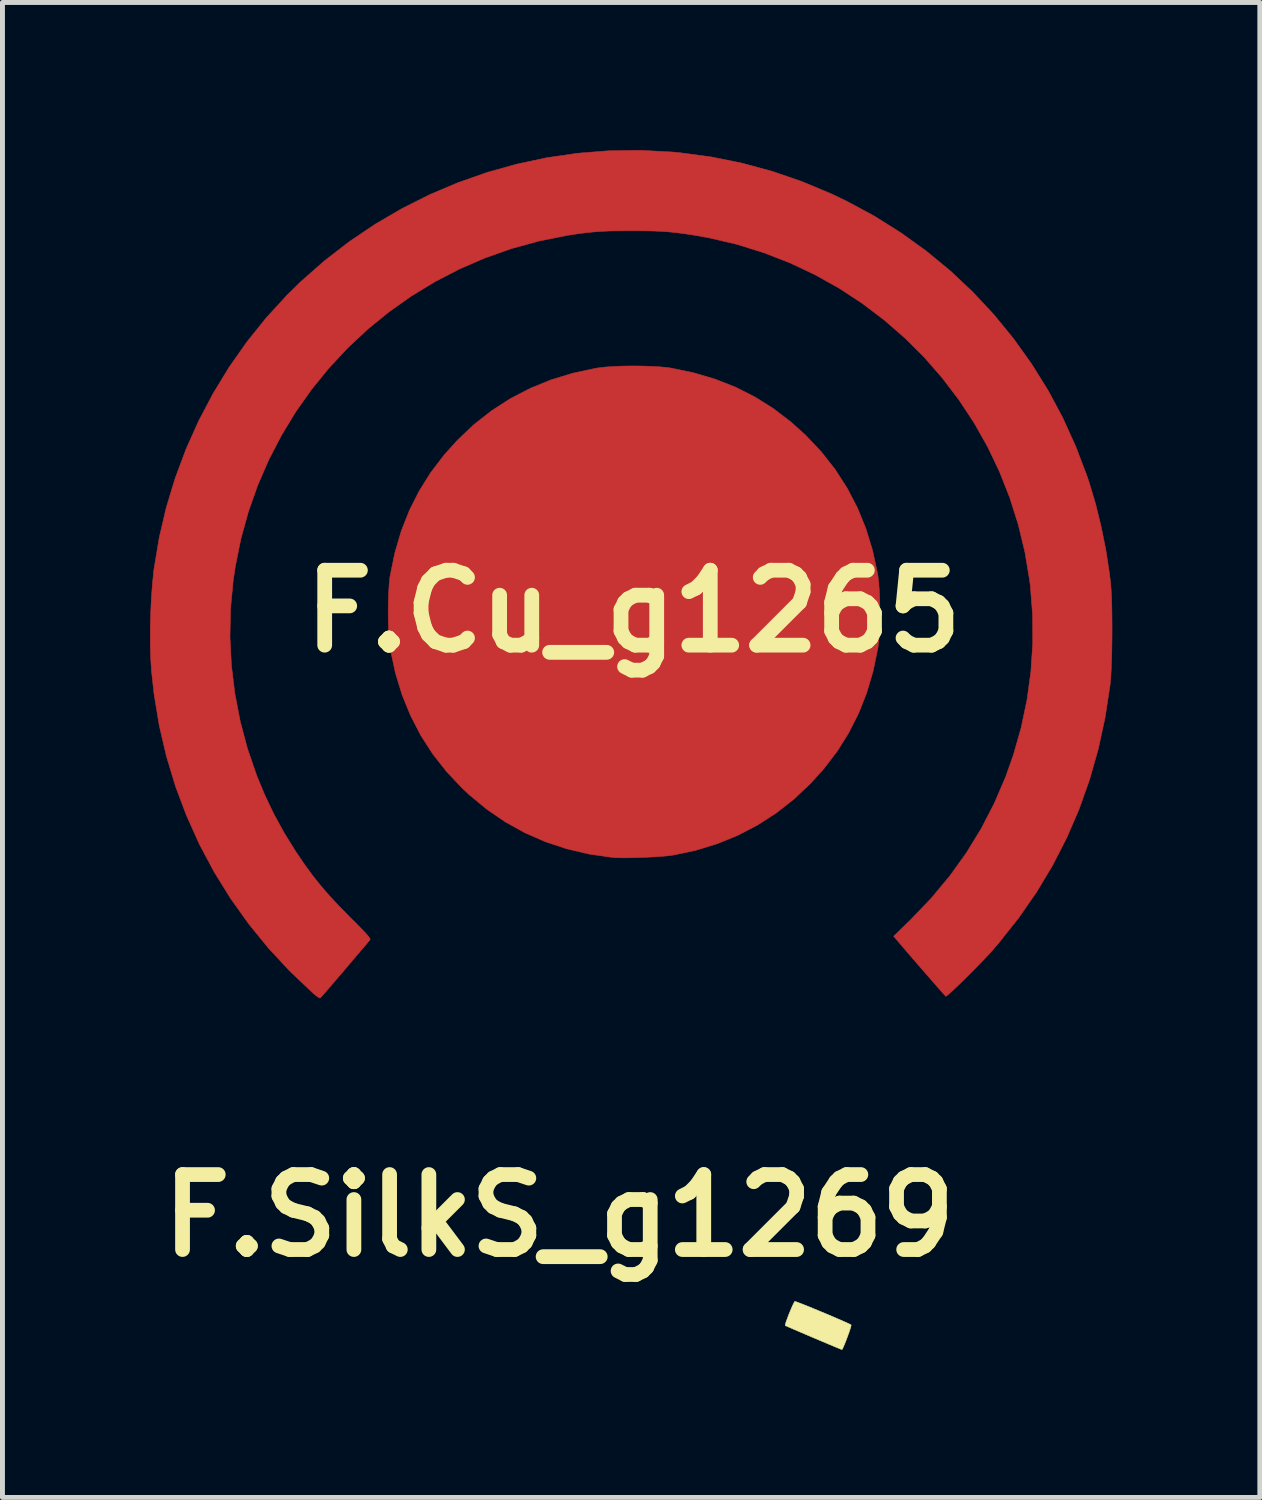
<source format=kicad_pcb>
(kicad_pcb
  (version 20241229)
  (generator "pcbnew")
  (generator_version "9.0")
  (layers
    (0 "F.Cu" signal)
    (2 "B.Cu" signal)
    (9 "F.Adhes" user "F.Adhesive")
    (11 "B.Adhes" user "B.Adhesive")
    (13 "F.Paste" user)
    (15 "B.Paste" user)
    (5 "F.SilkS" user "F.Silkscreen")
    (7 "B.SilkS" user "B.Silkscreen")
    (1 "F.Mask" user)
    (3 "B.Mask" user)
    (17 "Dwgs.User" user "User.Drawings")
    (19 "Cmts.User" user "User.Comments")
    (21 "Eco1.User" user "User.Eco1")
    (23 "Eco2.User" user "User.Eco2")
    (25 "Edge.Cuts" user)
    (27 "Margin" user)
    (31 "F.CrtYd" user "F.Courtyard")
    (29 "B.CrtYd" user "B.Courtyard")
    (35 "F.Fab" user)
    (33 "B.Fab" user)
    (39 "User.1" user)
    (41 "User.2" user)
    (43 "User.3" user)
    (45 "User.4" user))
  (footprint "F.Cu_g1265"
    (layer "F.Cu")
    (at 9.828 9.376)
    (property "Reference" "F.Cu_g1265" (at 0 0 0) (layer "F.SilkS") (effects (font (size 1.524 1.524) (thickness 0.3))))
    (attr through_hole)
    (fp_poly (pts (xy 0.178 -4.985) (xy 0.375 -4.979) (xy 0.554 -4.968) (xy 0.705 -4.953) (xy 0.751 -4.946) (xy 1.216 -4.85) (xy 1.656 -4.72) (xy 2.072 -4.557) (xy 2.467 -4.357) (xy 2.842 -4.122) (xy 3.199 -3.849) (xy 3.5 -3.578) (xy 3.818 -3.241) (xy 4.099 -2.883) (xy 4.344 -2.503) (xy 4.553 -2.101) (xy 4.725 -1.678) (xy 4.861 -1.233) (xy 4.961 -0.766) (xy 4.967 -0.73) (xy 4.984 -0.592) (xy 4.997 -0.423) (xy 5.005 -0.231) (xy 5.008 -0.028) (xy 5.006 0.177) (xy 5 0.374) (xy 4.989 0.553) (xy 4.974 0.704) (xy 4.967 0.751) (xy 4.871 1.216) (xy 4.741 1.656) (xy 4.577 2.073) (xy 4.377 2.468) (xy 4.142 2.844) (xy 3.869 3.201) (xy 3.599 3.5) (xy 3.262 3.818) (xy 2.903 4.1) (xy 2.522 4.345) (xy 2.121 4.555) (xy 1.698 4.727) (xy 1.257 4.862) (xy 0.815 4.955) (xy 0.713 4.969) (xy 0.579 4.982) (xy 0.423 4.992) (xy 0.255 5.001) (xy 0.083 5.007) (xy -0.082 5.011) (xy -0.232 5.012) (xy -0.356 5.009) (xy -0.434 5.003) (xy -0.907 4.935) (xy -1.36 4.828) (xy -1.795 4.684) (xy -2.21 4.502) (xy -2.606 4.282) (xy -2.982 4.025) (xy -3.339 3.73) (xy -3.479 3.599) (xy -3.797 3.263) (xy -4.078 2.905) (xy -4.323 2.525) (xy -4.531 2.123) (xy -4.704 1.7) (xy -4.84 1.255) (xy -4.94 0.787) (xy -4.946 0.751) (xy -4.963 0.613) (xy -4.976 0.443) (xy -4.984 0.252) (xy -4.987 0.048) (xy -4.985 -0.157) (xy -4.979 -0.354) (xy -4.968 -0.533) (xy -4.953 -0.684) (xy -4.946 -0.73) (xy -4.85 -1.195) (xy -4.72 -1.635) (xy -4.556 -2.051) (xy -4.357 -2.445) (xy -4.122 -2.82) (xy -3.85 -3.177) (xy -3.578 -3.479) (xy -3.242 -3.797) (xy -2.884 -4.078) (xy -2.504 -4.323) (xy -2.102 -4.531) (xy -1.679 -4.704) (xy -1.234 -4.84) (xy -0.766 -4.94) (xy -0.73 -4.946) (xy -0.592 -4.963) (xy -0.422 -4.976) (xy -0.231 -4.984) (xy -0.027 -4.987) (xy 0.178 -4.985)) (stroke (width 0.01) (type solid)) (fill yes) (layer "F.Cu"))
    (fp_poly (pts (xy 0.762 -9.338) (xy 0.942 -9.322) (xy 1.582 -9.236) (xy 2.209 -9.109) (xy 2.824 -8.942) (xy 3.428 -8.734) (xy 4.022 -8.486) (xy 4.329 -8.339) (xy 4.895 -8.034) (xy 5.436 -7.694) (xy 5.951 -7.323) (xy 6.439 -6.921) (xy 6.898 -6.489) (xy 7.328 -6.028) (xy 7.726 -5.541) (xy 8.093 -5.027) (xy 8.428 -4.49) (xy 8.728 -3.929) (xy 8.992 -3.346) (xy 9.221 -2.743) (xy 9.268 -2.602) (xy 9.395 -2.176) (xy 9.506 -1.723) (xy 9.6 -1.258) (xy 9.672 -0.793) (xy 9.698 -0.582) (xy 9.708 -0.457) (xy 9.717 -0.297) (xy 9.723 -0.111) (xy 9.726 0.095) (xy 9.728 0.314) (xy 9.727 0.537) (xy 9.724 0.757) (xy 9.719 0.968) (xy 9.712 1.161) (xy 9.703 1.329) (xy 9.692 1.464) (xy 9.687 1.503) (xy 9.586 2.163) (xy 9.447 2.803) (xy 9.271 3.423) (xy 9.058 4.023) (xy 8.807 4.604) (xy 8.519 5.166) (xy 8.193 5.709) (xy 7.828 6.235) (xy 7.425 6.743) (xy 7.299 6.889) (xy 7.23 6.966) (xy 7.144 7.058) (xy 7.047 7.159) (xy 6.942 7.266) (xy 6.835 7.374) (xy 6.728 7.48) (xy 6.627 7.579) (xy 6.535 7.667) (xy 6.457 7.739) (xy 6.397 7.793) (xy 6.359 7.822) (xy 6.349 7.827) (xy 6.332 7.81) (xy 6.291 7.765) (xy 6.23 7.696) (xy 6.151 7.606) (xy 6.058 7.5) (xy 5.955 7.381) (xy 5.844 7.254) (xy 5.73 7.122) (xy 5.615 6.989) (xy 5.504 6.859) (xy 5.399 6.736) (xy 5.391 6.726) (xy 5.288 6.606) (xy 5.64 6.264) (xy 6.053 5.832) (xy 6.429 5.381) (xy 6.768 4.908) (xy 7.07 4.415) (xy 7.335 3.901) (xy 7.565 3.365) (xy 7.722 2.921) (xy 7.881 2.363) (xy 8 1.795) (xy 8.078 1.222) (xy 8.116 0.645) (xy 8.112 0.069) (xy 8.068 -0.503) (xy 8.053 -0.624) (xy 7.957 -1.2) (xy 7.822 -1.76) (xy 7.65 -2.305) (xy 7.442 -2.833) (xy 7.199 -3.342) (xy 6.923 -3.831) (xy 6.615 -4.298) (xy 6.277 -4.742) (xy 5.911 -5.162) (xy 5.516 -5.555) (xy 5.096 -5.921) (xy 4.651 -6.258) (xy 4.183 -6.565) (xy 3.692 -6.84) (xy 3.182 -7.081) (xy 2.653 -7.287) (xy 2.106 -7.458) (xy 1.542 -7.59) (xy 1.27 -7.639) (xy 1.078 -7.669) (xy 0.906 -7.692) (xy 0.743 -7.71) (xy 0.58 -7.722) (xy 0.405 -7.73) (xy 0.21 -7.734) (xy -0.017 -7.736) (xy -0.042 -7.736) (xy -0.273 -7.734) (xy -0.471 -7.731) (xy -0.647 -7.723) (xy -0.811 -7.711) (xy -0.974 -7.694) (xy -1.144 -7.672) (xy -1.334 -7.643) (xy -1.355 -7.639) (xy -1.925 -7.525) (xy -2.479 -7.373) (xy -3.017 -7.183) (xy -3.537 -6.958) (xy -4.037 -6.699) (xy -4.515 -6.408) (xy -4.972 -6.085) (xy -5.404 -5.733) (xy -5.811 -5.352) (xy -6.191 -4.945) (xy -6.543 -4.512) (xy -6.865 -4.056) (xy -7.156 -3.577) (xy -7.415 -3.078) (xy -7.64 -2.559) (xy -7.829 -2.022) (xy -7.982 -1.469) (xy -8.096 -0.901) (xy -8.137 -0.627) (xy -8.191 -0.055) (xy -8.203 0.52) (xy -8.174 1.095) (xy -8.104 1.669) (xy -7.995 2.237) (xy -7.846 2.797) (xy -7.657 3.346) (xy -7.5 3.725) (xy -7.313 4.118) (xy -7.102 4.503) (xy -6.86 4.893) (xy -6.844 4.916) (xy -6.685 5.15) (xy -6.528 5.364) (xy -6.366 5.569) (xy -6.191 5.772) (xy -5.996 5.982) (xy -5.775 6.208) (xy -5.763 6.22) (xy -5.637 6.345) (xy -5.539 6.445) (xy -5.465 6.521) (xy -5.413 6.579) (xy -5.379 6.62) (xy -5.36 6.649) (xy -5.354 6.668) (xy -5.358 6.682) (xy -5.361 6.685) (xy -5.382 6.709) (xy -5.426 6.762) (xy -5.491 6.838) (xy -5.574 6.935) (xy -5.67 7.049) (xy -5.777 7.175) (xy -5.871 7.286) (xy -5.984 7.418) (xy -6.088 7.54) (xy -6.181 7.648) (xy -6.258 7.738) (xy -6.318 7.806) (xy -6.356 7.849) (xy -6.37 7.863) (xy -6.393 7.855) (xy -6.439 7.825) (xy -6.498 7.777) (xy -6.512 7.765) (xy -6.984 7.318) (xy -7.422 6.846) (xy -7.826 6.35) (xy -8.195 5.831) (xy -8.529 5.291) (xy -8.827 4.731) (xy -9.087 4.152) (xy -9.311 3.557) (xy -9.495 2.947) (xy -9.641 2.322) (xy -9.746 1.686) (xy -9.8 1.196) (xy -9.815 0.942) (xy -9.823 0.658) (xy -9.823 0.355) (xy -9.815 0.043) (xy -9.801 -0.264) (xy -9.779 -0.557) (xy -9.752 -0.825) (xy -9.746 -0.868) (xy -9.643 -1.489) (xy -9.5 -2.103) (xy -9.317 -2.705) (xy -9.097 -3.295) (xy -8.84 -3.869) (xy -8.547 -4.425) (xy -8.22 -4.962) (xy -7.86 -5.475) (xy -7.467 -5.964) (xy -7.044 -6.426) (xy -6.77 -6.695) (xy -6.287 -7.12) (xy -5.782 -7.511) (xy -5.256 -7.866) (xy -4.71 -8.185) (xy -4.147 -8.468) (xy -3.569 -8.713) (xy -2.977 -8.921) (xy -2.373 -9.09) (xy -1.759 -9.221) (xy -1.136 -9.311) (xy -0.508 -9.361) (xy 0.126 -9.371) (xy 0.762 -9.338)) (stroke (width 0.01) (type solid)) (fill yes) (layer "F.Cu")))
  (footprint "F.SilkS_g1269"
    (layer "F.Cu")
    (at 8.317 21.661)
    (property "Reference" "F.SilkS_g1269" (at 0 0 0) (layer "F.SilkS") (effects (font (size 1.524 1.524) (thickness 0.3))))
    (attr through_hole)
    (fp_poly (pts (xy 4.811 1.749) (xy 4.865 1.769) (xy 4.946 1.8) (xy 5.049 1.841) (xy 5.166 1.889) (xy 5.292 1.941) (xy 5.422 1.995) (xy 5.549 2.049) (xy 5.667 2.1) (xy 5.771 2.145) (xy 5.854 2.182) (xy 5.911 2.209) (xy 5.935 2.223) (xy 5.932 2.246) (xy 5.917 2.298) (xy 5.893 2.371) (xy 5.862 2.456) (xy 5.83 2.542) (xy 5.798 2.621) (xy 5.771 2.684) (xy 5.752 2.72) (xy 5.749 2.724) (xy 5.73 2.717) (xy 5.676 2.695) (xy 5.593 2.661) (xy 5.486 2.616) (xy 5.36 2.563) (xy 5.219 2.503) (xy 5.18 2.487) (xy 5.035 2.425) (xy 4.902 2.368) (xy 4.787 2.319) (xy 4.694 2.278) (xy 4.629 2.25) (xy 4.597 2.235) (xy 4.595 2.234) (xy 4.597 2.213) (xy 4.612 2.161) (xy 4.638 2.09) (xy 4.669 2.007) (xy 4.704 1.923) (xy 4.737 1.845) (xy 4.766 1.784) (xy 4.786 1.748) (xy 4.789 1.744) (xy 4.811 1.749)) (stroke (width 0.01) (type solid)) (fill yes) (layer "F.SilkS")))
  (gr_rect
    (start -3 -3)
    (end 22.56 27.39)
    (stroke (width 0.1) (type default))
    (fill no)
    (layer "Edge.Cuts")))
</source>
